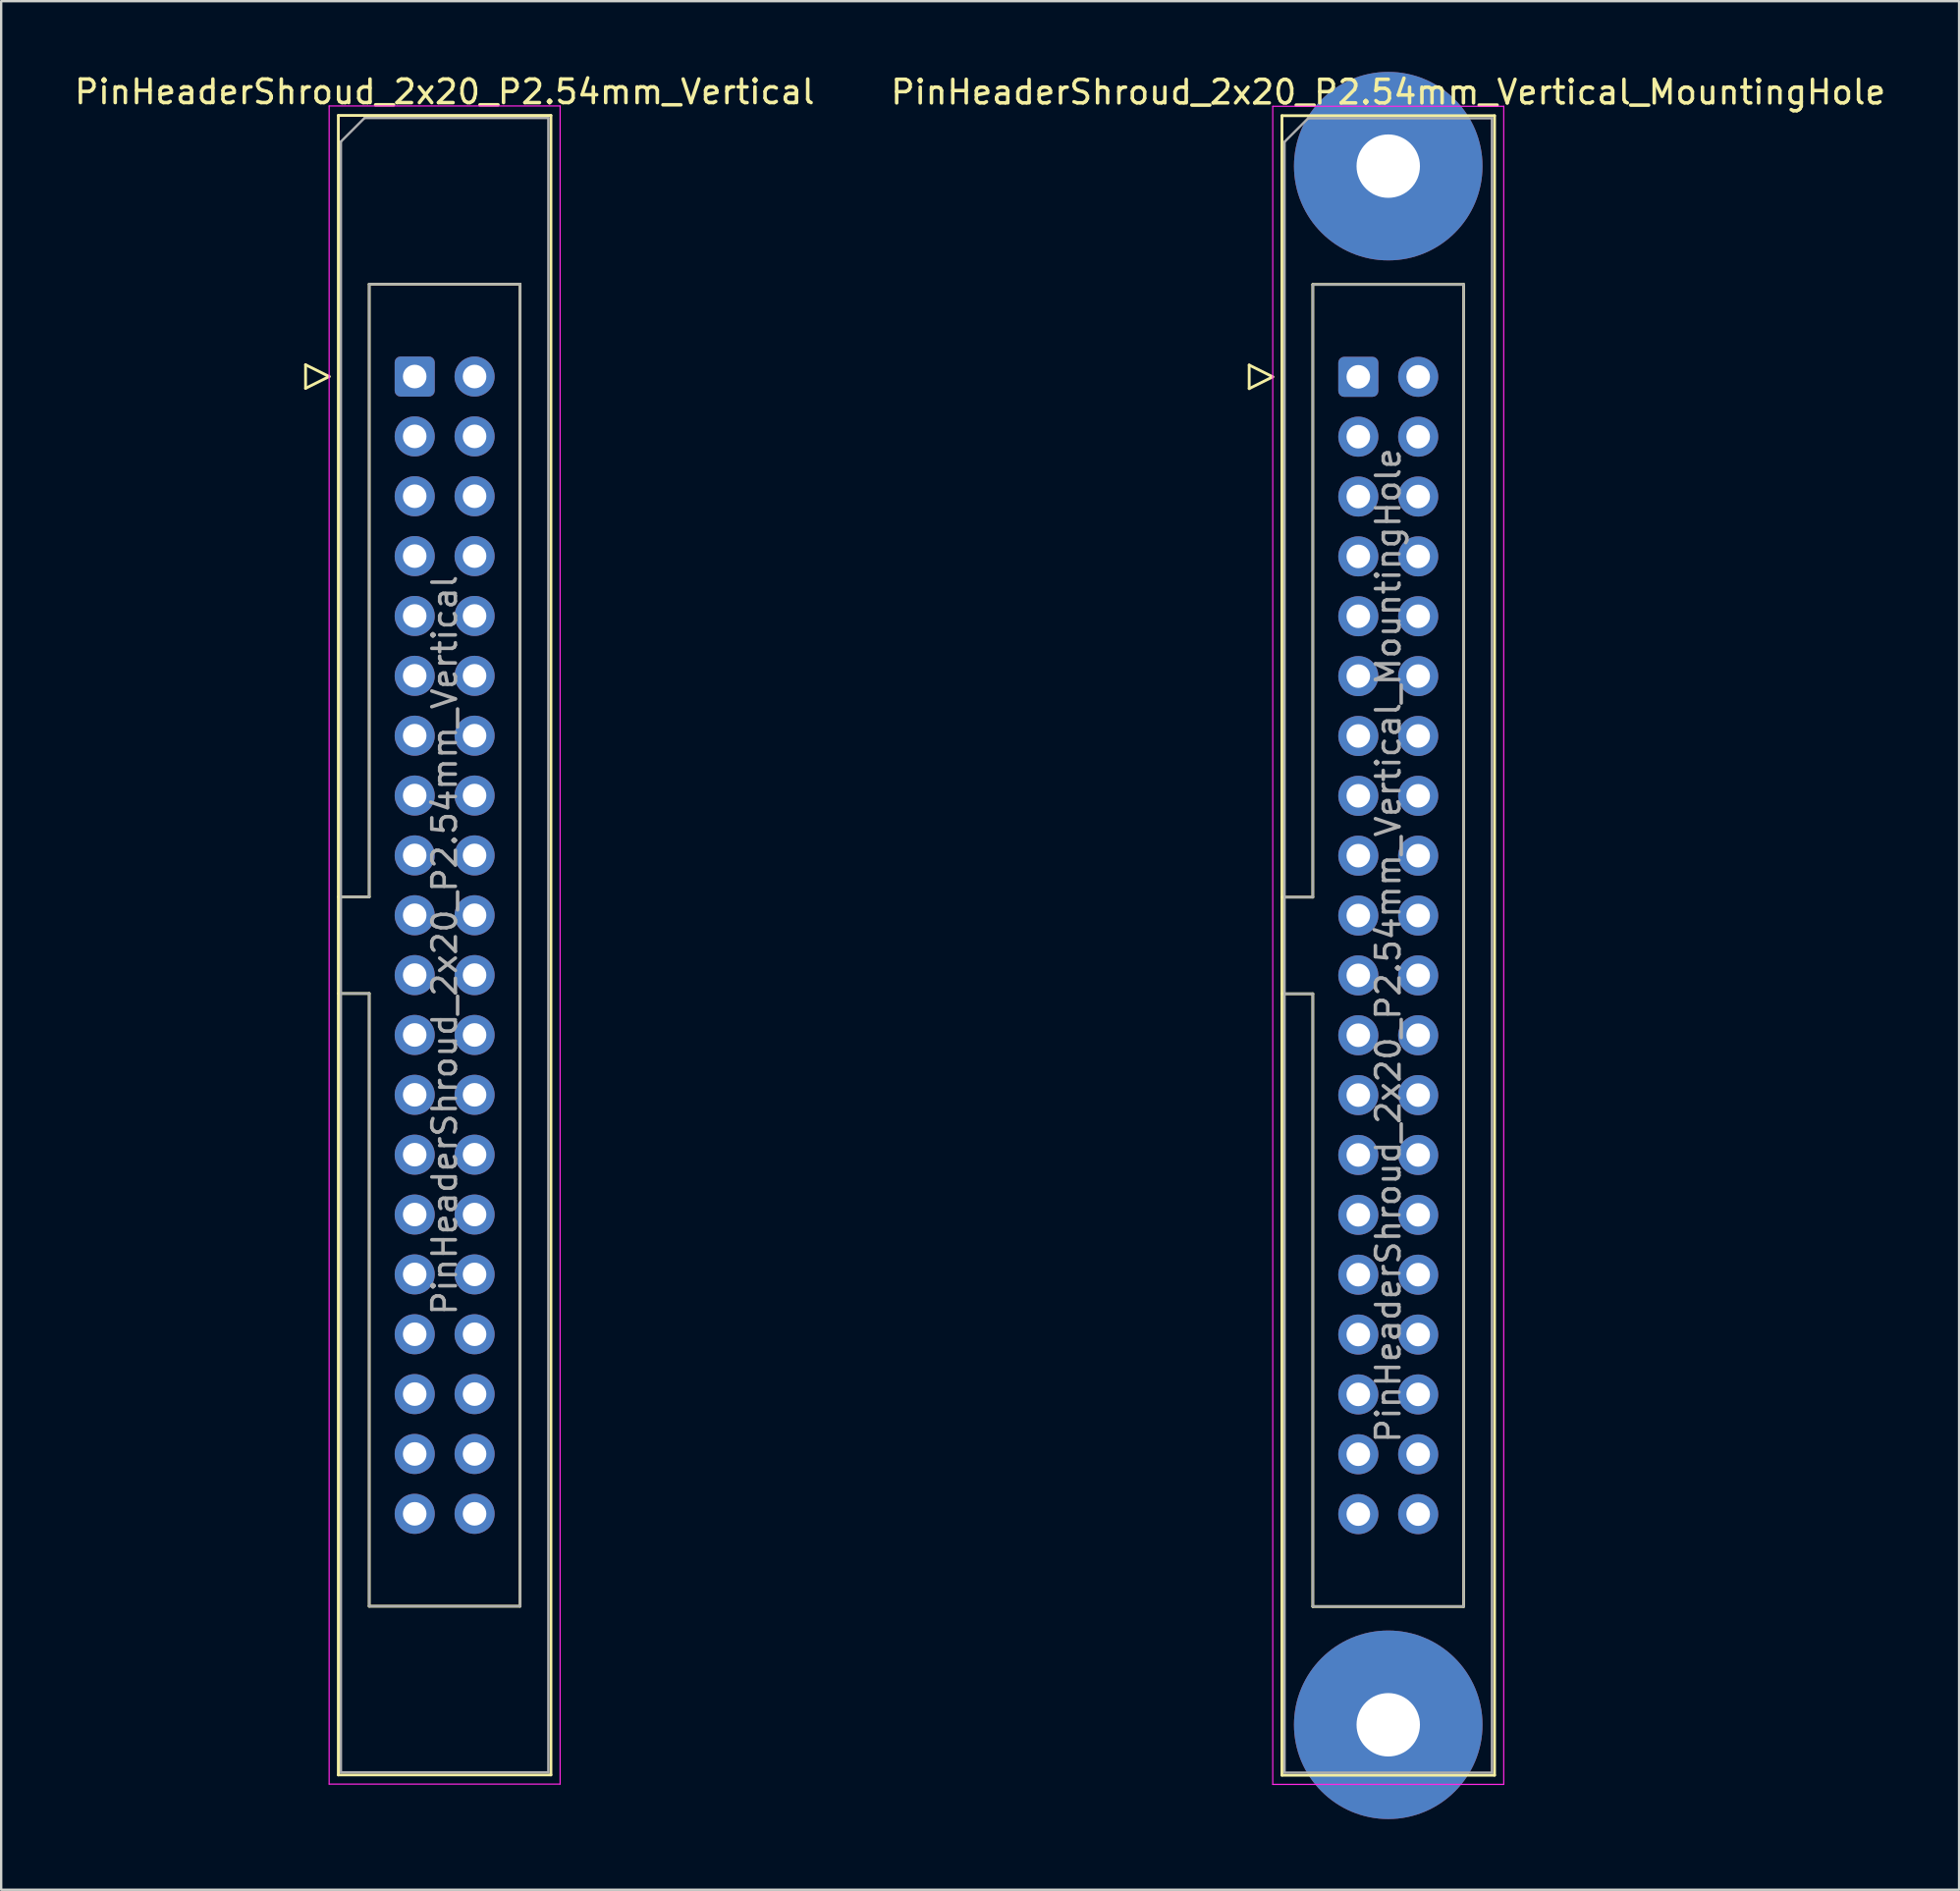
<source format=kicad_pcb>
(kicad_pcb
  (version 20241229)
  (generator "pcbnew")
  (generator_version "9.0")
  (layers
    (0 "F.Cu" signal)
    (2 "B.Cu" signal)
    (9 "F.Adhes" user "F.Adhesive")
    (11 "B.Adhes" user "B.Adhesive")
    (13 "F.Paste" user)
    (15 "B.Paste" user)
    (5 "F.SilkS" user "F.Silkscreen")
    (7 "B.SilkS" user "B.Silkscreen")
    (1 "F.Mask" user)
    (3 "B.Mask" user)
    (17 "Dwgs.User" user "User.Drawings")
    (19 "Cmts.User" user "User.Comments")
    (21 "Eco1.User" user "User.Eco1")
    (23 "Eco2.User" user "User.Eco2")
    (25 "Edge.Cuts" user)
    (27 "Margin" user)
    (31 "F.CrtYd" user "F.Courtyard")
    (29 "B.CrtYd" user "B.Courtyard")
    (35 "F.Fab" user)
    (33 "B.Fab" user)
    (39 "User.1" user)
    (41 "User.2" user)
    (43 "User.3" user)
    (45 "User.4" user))
  (footprint "PinHeaderShroud_2x20_P2.54mm_Vertical_MountingHole"
    (layer "F.Cu")
    (at 54.581 12.94)
    (property "Reference" "PinHeaderShroud_2x20_P2.54mm_Vertical_MountingHole" (at 1.27 -12.08 0) (layer "F.SilkS") (effects (font (size 1 1) (thickness 0.15))))
    (attr through_hole)
    (fp_line (start -4.63 -0.5) (end -4.63 0.5) (stroke (width 0.12) (type solid)) (layer "F.SilkS"))
    (fp_line (start -4.63 0.5) (end -3.63 0) (stroke (width 0.12) (type solid)) (layer "F.SilkS"))
    (fp_line (start -3.63 0) (end -4.63 -0.5) (stroke (width 0.12) (type solid)) (layer "F.SilkS"))
    (fp_line (start -3.24 -11.08) (end 5.78 -11.08) (stroke (width 0.12) (type solid)) (layer "F.SilkS"))
    (fp_line (start -3.24 22.08) (end -1.93 22.08) (stroke (width 0.12) (type solid)) (layer "F.SilkS"))
    (fp_line (start -3.24 26.18) (end -1.93 26.18) (stroke (width 0.12) (type solid)) (layer "F.SilkS"))
    (fp_line (start -3.24 59.34) (end -3.24 -11.08) (stroke (width 0.12) (type solid)) (layer "F.SilkS"))
    (fp_line (start -1.93 -3.92) (end 4.47 -3.92) (stroke (width 0.12) (type solid)) (layer "F.SilkS"))
    (fp_line (start -1.93 22.08) (end -1.93 -3.92) (stroke (width 0.12) (type solid)) (layer "F.SilkS"))
    (fp_line (start -1.93 52.18) (end -1.93 26.18) (stroke (width 0.12) (type solid)) (layer "F.SilkS"))
    (fp_line (start 4.47 -3.92) (end 4.47 52.18) (stroke (width 0.12) (type solid)) (layer "F.SilkS"))
    (fp_line (start 4.47 52.18) (end -1.93 52.18) (stroke (width 0.12) (type solid)) (layer "F.SilkS"))
    (fp_line (start 5.78 -11.08) (end 5.78 59.34) (stroke (width 0.12) (type solid)) (layer "F.SilkS"))
    (fp_line (start 5.78 59.34) (end -3.24 59.34) (stroke (width 0.12) (type solid)) (layer "F.SilkS"))
    (fp_line (start -3.63 -11.48) (end -3.63 59.73) (stroke (width 0.05) (type solid)) (layer "F.CrtYd"))
    (fp_line (start -3.63 59.73) (end 6.17 59.73) (stroke (width 0.05) (type solid)) (layer "F.CrtYd"))
    (fp_line (start 6.17 -11.48) (end -3.63 -11.48) (stroke (width 0.05) (type solid)) (layer "F.CrtYd"))
    (fp_line (start 6.17 59.73) (end 6.17 -11.48) (stroke (width 0.05) (type solid)) (layer "F.CrtYd"))
    (fp_line (start -3.13 -9.97) (end -2.13 -10.97) (stroke (width 0.1) (type solid)) (layer "F.Fab"))
    (fp_line (start -3.13 22.08) (end -1.93 22.08) (stroke (width 0.1) (type solid)) (layer "F.Fab"))
    (fp_line (start -3.13 26.18) (end -1.93 26.18) (stroke (width 0.1) (type solid)) (layer "F.Fab"))
    (fp_line (start -3.13 59.23) (end -3.13 -9.97) (stroke (width 0.1) (type solid)) (layer "F.Fab"))
    (fp_line (start -2.13 -10.97) (end 5.67 -10.97) (stroke (width 0.1) (type solid)) (layer "F.Fab"))
    (fp_line (start -1.93 -3.92) (end 4.47 -3.92) (stroke (width 0.1) (type solid)) (layer "F.Fab"))
    (fp_line (start -1.93 22.08) (end -1.93 -3.92) (stroke (width 0.1) (type solid)) (layer "F.Fab"))
    (fp_line (start -1.93 52.18) (end -1.93 26.18) (stroke (width 0.1) (type solid)) (layer "F.Fab"))
    (fp_line (start 4.47 -3.92) (end 4.47 52.18) (stroke (width 0.1) (type solid)) (layer "F.Fab"))
    (fp_line (start 4.47 52.18) (end -1.93 52.18) (stroke (width 0.1) (type solid)) (layer "F.Fab"))
    (fp_line (start 5.67 -10.97) (end 5.67 59.23) (stroke (width 0.1) (type solid)) (layer "F.Fab"))
    (fp_line (start 5.67 59.23) (end -3.13 59.23) (stroke (width 0.1) (type solid)) (layer "F.Fab"))
    (fp_text user "${REFERENCE}" (at 1.27 24.13 90) (layer "F.Fab") (effects (font (size 1 1) (thickness 0.15))))
    (pad "" thru_hole circle (at 1.27 -8.94) (size 8 8) (drill 2.69) (layers "*.Cu" "*.Mask"))
    (pad "" thru_hole circle (at 1.27 57.2) (size 8 8) (drill 2.69) (layers "*.Cu" "*.Mask"))
    (pad "1" thru_hole roundrect (at 0 0) (size 1.7 1.7) (drill 1) (layers "*.Cu" "*.Mask") (roundrect_rratio 0.147))
    (pad "2" thru_hole circle (at 2.54 0) (size 1.7 1.7) (drill 1) (layers "*.Cu" "*.Mask"))
    (pad "3" thru_hole circle (at 0 2.54) (size 1.7 1.7) (drill 1) (layers "*.Cu" "*.Mask"))
    (pad "4" thru_hole circle (at 2.54 2.54) (size 1.7 1.7) (drill 1) (layers "*.Cu" "*.Mask"))
    (pad "5" thru_hole circle (at 0 5.08) (size 1.7 1.7) (drill 1) (layers "*.Cu" "*.Mask"))
    (pad "6" thru_hole circle (at 2.54 5.08) (size 1.7 1.7) (drill 1) (layers "*.Cu" "*.Mask"))
    (pad "7" thru_hole circle (at 0 7.62) (size 1.7 1.7) (drill 1) (layers "*.Cu" "*.Mask"))
    (pad "8" thru_hole circle (at 2.54 7.62) (size 1.7 1.7) (drill 1) (layers "*.Cu" "*.Mask"))
    (pad "9" thru_hole circle (at 0 10.16) (size 1.7 1.7) (drill 1) (layers "*.Cu" "*.Mask"))
    (pad "10" thru_hole circle (at 2.54 10.16) (size 1.7 1.7) (drill 1) (layers "*.Cu" "*.Mask"))
    (pad "11" thru_hole circle (at 0 12.7) (size 1.7 1.7) (drill 1) (layers "*.Cu" "*.Mask"))
    (pad "12" thru_hole circle (at 2.54 12.7) (size 1.7 1.7) (drill 1) (layers "*.Cu" "*.Mask"))
    (pad "13" thru_hole circle (at 0 15.24) (size 1.7 1.7) (drill 1) (layers "*.Cu" "*.Mask"))
    (pad "14" thru_hole circle (at 2.54 15.24) (size 1.7 1.7) (drill 1) (layers "*.Cu" "*.Mask"))
    (pad "15" thru_hole circle (at 0 17.78) (size 1.7 1.7) (drill 1) (layers "*.Cu" "*.Mask"))
    (pad "16" thru_hole circle (at 2.54 17.78) (size 1.7 1.7) (drill 1) (layers "*.Cu" "*.Mask"))
    (pad "17" thru_hole circle (at 0 20.32) (size 1.7 1.7) (drill 1) (layers "*.Cu" "*.Mask"))
    (pad "18" thru_hole circle (at 2.54 20.32) (size 1.7 1.7) (drill 1) (layers "*.Cu" "*.Mask"))
    (pad "19" thru_hole circle (at 0 22.86) (size 1.7 1.7) (drill 1) (layers "*.Cu" "*.Mask"))
    (pad "20" thru_hole circle (at 2.54 22.86) (size 1.7 1.7) (drill 1) (layers "*.Cu" "*.Mask"))
    (pad "21" thru_hole circle (at 0 25.4) (size 1.7 1.7) (drill 1) (layers "*.Cu" "*.Mask"))
    (pad "22" thru_hole circle (at 2.54 25.4) (size 1.7 1.7) (drill 1) (layers "*.Cu" "*.Mask"))
    (pad "23" thru_hole circle (at 0 27.94) (size 1.7 1.7) (drill 1) (layers "*.Cu" "*.Mask"))
    (pad "24" thru_hole circle (at 2.54 27.94) (size 1.7 1.7) (drill 1) (layers "*.Cu" "*.Mask"))
    (pad "25" thru_hole circle (at 0 30.48) (size 1.7 1.7) (drill 1) (layers "*.Cu" "*.Mask"))
    (pad "26" thru_hole circle (at 2.54 30.48) (size 1.7 1.7) (drill 1) (layers "*.Cu" "*.Mask"))
    (pad "27" thru_hole circle (at 0 33.02) (size 1.7 1.7) (drill 1) (layers "*.Cu" "*.Mask"))
    (pad "28" thru_hole circle (at 2.54 33.02) (size 1.7 1.7) (drill 1) (layers "*.Cu" "*.Mask"))
    (pad "29" thru_hole circle (at 0 35.56) (size 1.7 1.7) (drill 1) (layers "*.Cu" "*.Mask"))
    (pad "30" thru_hole circle (at 2.54 35.56) (size 1.7 1.7) (drill 1) (layers "*.Cu" "*.Mask"))
    (pad "31" thru_hole circle (at 0 38.1) (size 1.7 1.7) (drill 1) (layers "*.Cu" "*.Mask"))
    (pad "32" thru_hole circle (at 2.54 38.1) (size 1.7 1.7) (drill 1) (layers "*.Cu" "*.Mask"))
    (pad "33" thru_hole circle (at 0 40.64) (size 1.7 1.7) (drill 1) (layers "*.Cu" "*.Mask"))
    (pad "34" thru_hole circle (at 2.54 40.64) (size 1.7 1.7) (drill 1) (layers "*.Cu" "*.Mask"))
    (pad "35" thru_hole circle (at 0 43.18) (size 1.7 1.7) (drill 1) (layers "*.Cu" "*.Mask"))
    (pad "36" thru_hole circle (at 2.54 43.18) (size 1.7 1.7) (drill 1) (layers "*.Cu" "*.Mask"))
    (pad "37" thru_hole circle (at 0 45.72) (size 1.7 1.7) (drill 1) (layers "*.Cu" "*.Mask"))
    (pad "38" thru_hole circle (at 2.54 45.72) (size 1.7 1.7) (drill 1) (layers "*.Cu" "*.Mask"))
    (pad "39" thru_hole circle (at 0 48.26) (size 1.7 1.7) (drill 1) (layers "*.Cu" "*.Mask"))
    (pad "40" thru_hole circle (at 2.54 48.26) (size 1.7 1.7) (drill 1) (layers "*.Cu" "*.Mask")))
  (footprint "PinHeaderShroud_2x20_P2.54mm_Vertical"
    (layer "F.Cu")
    (at 14.545 12.928)
    (property "Reference" "PinHeaderShroud_2x20_P2.54mm_Vertical" (at 1.27 -12.08 0) (layer "F.SilkS") (effects (font (size 1 1) (thickness 0.15))))
    (attr through_hole)
    (fp_line (start -4.63 -0.5) (end -4.63 0.5) (stroke (width 0.12) (type solid)) (layer "F.SilkS"))
    (fp_line (start -4.63 0.5) (end -3.63 0) (stroke (width 0.12) (type solid)) (layer "F.SilkS"))
    (fp_line (start -3.63 0) (end -4.63 -0.5) (stroke (width 0.12) (type solid)) (layer "F.SilkS"))
    (fp_line (start -3.24 -11.08) (end 5.78 -11.08) (stroke (width 0.12) (type solid)) (layer "F.SilkS"))
    (fp_line (start -3.24 22.08) (end -1.93 22.08) (stroke (width 0.12) (type solid)) (layer "F.SilkS"))
    (fp_line (start -3.24 26.18) (end -1.93 26.18) (stroke (width 0.12) (type solid)) (layer "F.SilkS"))
    (fp_line (start -3.24 59.34) (end -3.24 -11.08) (stroke (width 0.12) (type solid)) (layer "F.SilkS"))
    (fp_line (start -1.93 -3.92) (end 4.47 -3.92) (stroke (width 0.12) (type solid)) (layer "F.SilkS"))
    (fp_line (start -1.93 22.08) (end -1.93 -3.92) (stroke (width 0.12) (type solid)) (layer "F.SilkS"))
    (fp_line (start -1.93 52.18) (end -1.93 26.18) (stroke (width 0.12) (type solid)) (layer "F.SilkS"))
    (fp_line (start 4.47 -3.92) (end 4.47 52.18) (stroke (width 0.12) (type solid)) (layer "F.SilkS"))
    (fp_line (start 4.47 52.18) (end -1.93 52.18) (stroke (width 0.12) (type solid)) (layer "F.SilkS"))
    (fp_line (start 5.78 -11.08) (end 5.78 59.34) (stroke (width 0.12) (type solid)) (layer "F.SilkS"))
    (fp_line (start 5.78 59.34) (end -3.24 59.34) (stroke (width 0.12) (type solid)) (layer "F.SilkS"))
    (fp_line (start -3.63 -11.48) (end -3.63 59.73) (stroke (width 0.05) (type solid)) (layer "F.CrtYd"))
    (fp_line (start -3.63 59.73) (end 6.17 59.73) (stroke (width 0.05) (type solid)) (layer "F.CrtYd"))
    (fp_line (start 6.17 -11.48) (end -3.63 -11.48) (stroke (width 0.05) (type solid)) (layer "F.CrtYd"))
    (fp_line (start 6.17 59.73) (end 6.17 -11.48) (stroke (width 0.05) (type solid)) (layer "F.CrtYd"))
    (fp_line (start -3.13 -9.97) (end -2.13 -10.97) (stroke (width 0.1) (type solid)) (layer "F.Fab"))
    (fp_line (start -3.13 22.08) (end -1.93 22.08) (stroke (width 0.1) (type solid)) (layer "F.Fab"))
    (fp_line (start -3.13 26.18) (end -1.93 26.18) (stroke (width 0.1) (type solid)) (layer "F.Fab"))
    (fp_line (start -3.13 59.23) (end -3.13 -9.97) (stroke (width 0.1) (type solid)) (layer "F.Fab"))
    (fp_line (start -2.13 -10.97) (end 5.67 -10.97) (stroke (width 0.1) (type solid)) (layer "F.Fab"))
    (fp_line (start -1.93 -3.92) (end 4.47 -3.92) (stroke (width 0.1) (type solid)) (layer "F.Fab"))
    (fp_line (start -1.93 22.08) (end -1.93 -3.92) (stroke (width 0.1) (type solid)) (layer "F.Fab"))
    (fp_line (start -1.93 52.18) (end -1.93 26.18) (stroke (width 0.1) (type solid)) (layer "F.Fab"))
    (fp_line (start 4.47 -3.92) (end 4.47 52.18) (stroke (width 0.1) (type solid)) (layer "F.Fab"))
    (fp_line (start 4.47 52.18) (end -1.93 52.18) (stroke (width 0.1) (type solid)) (layer "F.Fab"))
    (fp_line (start 5.67 -10.97) (end 5.67 59.23) (stroke (width 0.1) (type solid)) (layer "F.Fab"))
    (fp_line (start 5.67 59.23) (end -3.13 59.23) (stroke (width 0.1) (type solid)) (layer "F.Fab"))
    (fp_text user "${REFERENCE}" (at 1.27 24.13 90) (layer "F.Fab") (effects (font (size 1 1) (thickness 0.15))))
    (pad "1" thru_hole roundrect (at 0 0) (size 1.7 1.7) (drill 1) (layers "*.Cu" "*.Mask") (roundrect_rratio 0.147))
    (pad "2" thru_hole circle (at 2.54 0) (size 1.7 1.7) (drill 1) (layers "*.Cu" "*.Mask"))
    (pad "3" thru_hole circle (at 0 2.54) (size 1.7 1.7) (drill 1) (layers "*.Cu" "*.Mask"))
    (pad "4" thru_hole circle (at 2.54 2.54) (size 1.7 1.7) (drill 1) (layers "*.Cu" "*.Mask"))
    (pad "5" thru_hole circle (at 0 5.08) (size 1.7 1.7) (drill 1) (layers "*.Cu" "*.Mask"))
    (pad "6" thru_hole circle (at 2.54 5.08) (size 1.7 1.7) (drill 1) (layers "*.Cu" "*.Mask"))
    (pad "7" thru_hole circle (at 0 7.62) (size 1.7 1.7) (drill 1) (layers "*.Cu" "*.Mask"))
    (pad "8" thru_hole circle (at 2.54 7.62) (size 1.7 1.7) (drill 1) (layers "*.Cu" "*.Mask"))
    (pad "9" thru_hole circle (at 0 10.16) (size 1.7 1.7) (drill 1) (layers "*.Cu" "*.Mask"))
    (pad "10" thru_hole circle (at 2.54 10.16) (size 1.7 1.7) (drill 1) (layers "*.Cu" "*.Mask"))
    (pad "11" thru_hole circle (at 0 12.7) (size 1.7 1.7) (drill 1) (layers "*.Cu" "*.Mask"))
    (pad "12" thru_hole circle (at 2.54 12.7) (size 1.7 1.7) (drill 1) (layers "*.Cu" "*.Mask"))
    (pad "13" thru_hole circle (at 0 15.24) (size 1.7 1.7) (drill 1) (layers "*.Cu" "*.Mask"))
    (pad "14" thru_hole circle (at 2.54 15.24) (size 1.7 1.7) (drill 1) (layers "*.Cu" "*.Mask"))
    (pad "15" thru_hole circle (at 0 17.78) (size 1.7 1.7) (drill 1) (layers "*.Cu" "*.Mask"))
    (pad "16" thru_hole circle (at 2.54 17.78) (size 1.7 1.7) (drill 1) (layers "*.Cu" "*.Mask"))
    (pad "17" thru_hole circle (at 0 20.32) (size 1.7 1.7) (drill 1) (layers "*.Cu" "*.Mask"))
    (pad "18" thru_hole circle (at 2.54 20.32) (size 1.7 1.7) (drill 1) (layers "*.Cu" "*.Mask"))
    (pad "19" thru_hole circle (at 0 22.86) (size 1.7 1.7) (drill 1) (layers "*.Cu" "*.Mask"))
    (pad "20" thru_hole circle (at 2.54 22.86) (size 1.7 1.7) (drill 1) (layers "*.Cu" "*.Mask"))
    (pad "21" thru_hole circle (at 0 25.4) (size 1.7 1.7) (drill 1) (layers "*.Cu" "*.Mask"))
    (pad "22" thru_hole circle (at 2.54 25.4) (size 1.7 1.7) (drill 1) (layers "*.Cu" "*.Mask"))
    (pad "23" thru_hole circle (at 0 27.94) (size 1.7 1.7) (drill 1) (layers "*.Cu" "*.Mask"))
    (pad "24" thru_hole circle (at 2.54 27.94) (size 1.7 1.7) (drill 1) (layers "*.Cu" "*.Mask"))
    (pad "25" thru_hole circle (at 0 30.48) (size 1.7 1.7) (drill 1) (layers "*.Cu" "*.Mask"))
    (pad "26" thru_hole circle (at 2.54 30.48) (size 1.7 1.7) (drill 1) (layers "*.Cu" "*.Mask"))
    (pad "27" thru_hole circle (at 0 33.02) (size 1.7 1.7) (drill 1) (layers "*.Cu" "*.Mask"))
    (pad "28" thru_hole circle (at 2.54 33.02) (size 1.7 1.7) (drill 1) (layers "*.Cu" "*.Mask"))
    (pad "29" thru_hole circle (at 0 35.56) (size 1.7 1.7) (drill 1) (layers "*.Cu" "*.Mask"))
    (pad "30" thru_hole circle (at 2.54 35.56) (size 1.7 1.7) (drill 1) (layers "*.Cu" "*.Mask"))
    (pad "31" thru_hole circle (at 0 38.1) (size 1.7 1.7) (drill 1) (layers "*.Cu" "*.Mask"))
    (pad "32" thru_hole circle (at 2.54 38.1) (size 1.7 1.7) (drill 1) (layers "*.Cu" "*.Mask"))
    (pad "33" thru_hole circle (at 0 40.64) (size 1.7 1.7) (drill 1) (layers "*.Cu" "*.Mask"))
    (pad "34" thru_hole circle (at 2.54 40.64) (size 1.7 1.7) (drill 1) (layers "*.Cu" "*.Mask"))
    (pad "35" thru_hole circle (at 0 43.18) (size 1.7 1.7) (drill 1) (layers "*.Cu" "*.Mask"))
    (pad "36" thru_hole circle (at 2.54 43.18) (size 1.7 1.7) (drill 1) (layers "*.Cu" "*.Mask"))
    (pad "37" thru_hole circle (at 0 45.72) (size 1.7 1.7) (drill 1) (layers "*.Cu" "*.Mask"))
    (pad "38" thru_hole circle (at 2.54 45.72) (size 1.7 1.7) (drill 1) (layers "*.Cu" "*.Mask"))
    (pad "39" thru_hole circle (at 0 48.26) (size 1.7 1.7) (drill 1) (layers "*.Cu" "*.Mask"))
    (pad "40" thru_hole circle (at 2.54 48.26) (size 1.7 1.7) (drill 1) (layers "*.Cu" "*.Mask")))
  (gr_rect
    (start -3 -3)
    (end 80.071 77.14)
    (stroke (width 0.1) (type default))
    (fill no)
    (layer "Edge.Cuts")))
</source>
